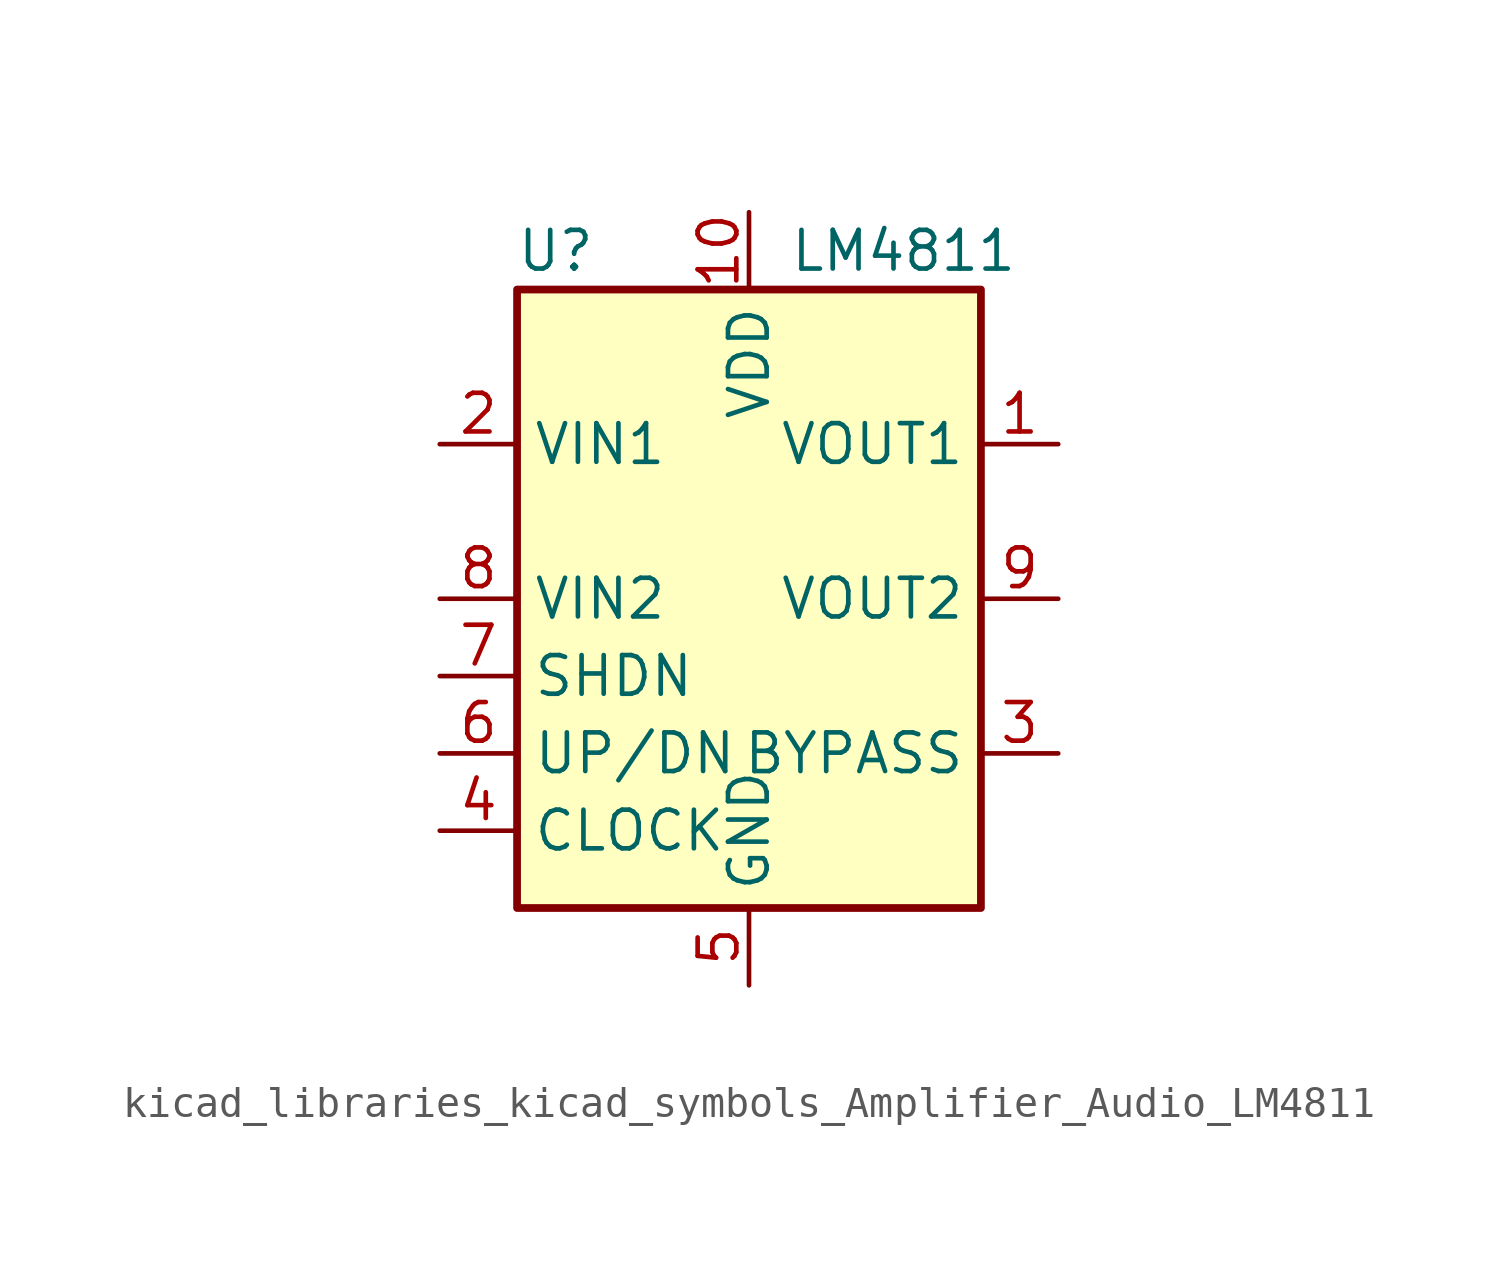
<source format=kicad_sym>
(kicad_symbol_lib
  (version 20220914)
  (generator kicad_symbol_editor)
  (symbol "kicad_libraries_kicad_symbols_Amplifier_Audio_LM4811"
    (property "Reference" "U"
      (at -6.35 11.43 0)
      (effects (font (size 1.27 1.27))))
    (property "Value" "LM4811"
      (at 5.08 11.43 0)
      (effects (font (size 1.27 1.27))))
    (symbol "kicad_libraries_kicad_symbols_Amplifier_Audio_LM4811_0_1"
      (rectangle (start -7.62 10.16) (end 7.62 -10.16) (stroke (width 0.254) (type default)) (fill (type background))))
    (symbol "kicad_libraries_kicad_symbols_Amplifier_Audio_LM4811_1_1"
      (pin output line (at 10.16 5.08 180) (length 2.54) (name "VOUT1" (effects (font (size 1.27 1.27)))) (number "1" (effects (font (size 1.27 1.27)))))
      (pin power_in line (at 0 12.7 270) (length 2.54) (name "VDD" (effects (font (size 1.27 1.27)))) (number "10" (effects (font (size 1.27 1.27)))))
      (pin input line (at -10.16 5.08 0) (length 2.54) (name "VIN1" (effects (font (size 1.27 1.27)))) (number "2" (effects (font (size 1.27 1.27)))))
      (pin passive line (at 10.16 -5.08 180) (length 2.54) (name "BYPASS" (effects (font (size 1.27 1.27)))) (number "3" (effects (font (size 1.27 1.27)))))
      (pin input line (at -10.16 -7.62 0) (length 2.54) (name "CLOCK" (effects (font (size 1.27 1.27)))) (number "4" (effects (font (size 1.27 1.27)))))
      (pin power_in line (at 0 -12.7 90) (length 2.54) (name "GND" (effects (font (size 1.27 1.27)))) (number "5" (effects (font (size 1.27 1.27)))))
      (pin input line (at -10.16 -5.08 0) (length 2.54) (name "UP/DN" (effects (font (size 1.27 1.27)))) (number "6" (effects (font (size 1.27 1.27)))))
      (pin input line (at -10.16 -2.54 0) (length 2.54) (name "SHDN" (effects (font (size 1.27 1.27)))) (number "7" (effects (font (size 1.27 1.27)))))
      (pin input line (at -10.16 0 0) (length 2.54) (name "VIN2" (effects (font (size 1.27 1.27)))) (number "8" (effects (font (size 1.27 1.27)))))
      (pin output line (at 10.16 0 180) (length 2.54) (name "VOUT2" (effects (font (size 1.27 1.27)))) (number "9" (effects (font (size 1.27 1.27))))))))
</source>
